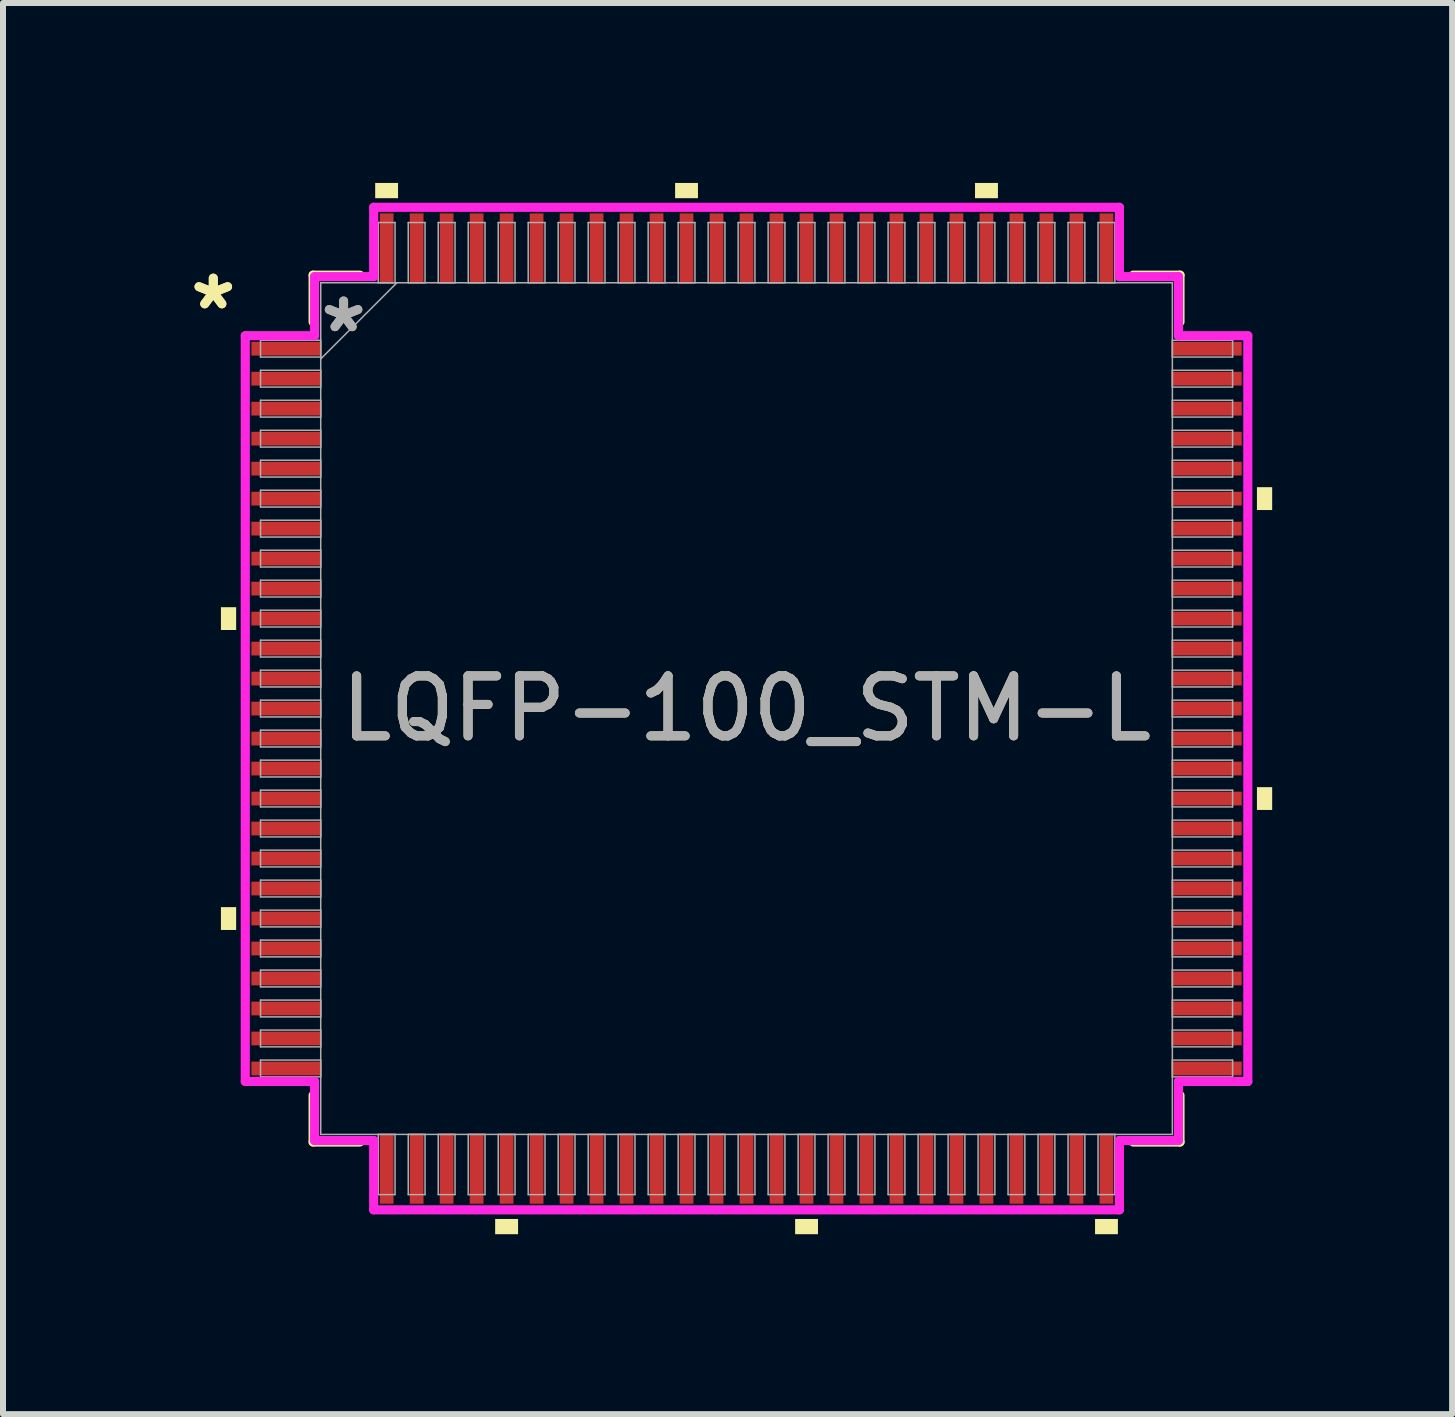
<source format=kicad_pcb>
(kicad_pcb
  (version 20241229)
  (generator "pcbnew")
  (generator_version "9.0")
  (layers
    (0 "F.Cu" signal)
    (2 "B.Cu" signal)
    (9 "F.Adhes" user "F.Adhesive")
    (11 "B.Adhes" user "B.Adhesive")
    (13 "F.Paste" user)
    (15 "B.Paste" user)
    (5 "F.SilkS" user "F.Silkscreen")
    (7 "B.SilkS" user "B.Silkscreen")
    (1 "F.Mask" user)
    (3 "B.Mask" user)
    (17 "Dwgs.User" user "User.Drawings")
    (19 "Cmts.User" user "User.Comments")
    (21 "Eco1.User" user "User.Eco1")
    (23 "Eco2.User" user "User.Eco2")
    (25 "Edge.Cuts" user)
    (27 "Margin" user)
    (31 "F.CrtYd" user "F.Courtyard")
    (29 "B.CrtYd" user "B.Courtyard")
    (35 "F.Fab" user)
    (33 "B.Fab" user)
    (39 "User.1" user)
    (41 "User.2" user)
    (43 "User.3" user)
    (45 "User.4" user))
  (footprint "LQFP-100_STM-L"
    (layer "F.Cu")
    (at 9.396 8.763)
    (property "Reference" "LQFP-100_STM-L" (at 0 0 0) (unlocked yes) (layer "F.SilkS") (effects (font (size 1 1) (thickness 0.15))))
    (attr smd)
    (fp_line (start -7.226 -7.226) (end -7.226 -6.447) (stroke (width 0.152) (type solid)) (layer "F.SilkS"))
    (fp_line (start -7.226 6.447) (end -7.226 7.226) (stroke (width 0.152) (type solid)) (layer "F.SilkS"))
    (fp_line (start -7.226 7.226) (end -6.447 7.226) (stroke (width 0.152) (type solid)) (layer "F.SilkS"))
    (fp_line (start -6.447 -7.226) (end -7.226 -7.226) (stroke (width 0.152) (type solid)) (layer "F.SilkS"))
    (fp_line (start 6.447 7.226) (end 7.226 7.226) (stroke (width 0.152) (type solid)) (layer "F.SilkS"))
    (fp_line (start 7.226 -7.226) (end 6.447 -7.226) (stroke (width 0.152) (type solid)) (layer "F.SilkS"))
    (fp_line (start 7.226 -6.447) (end 7.226 -7.226) (stroke (width 0.152) (type solid)) (layer "F.SilkS"))
    (fp_line (start 7.226 7.226) (end 7.226 6.447) (stroke (width 0.152) (type solid)) (layer "F.SilkS"))
    (fp_poly (pts (xy -8.763 -1.69) (xy -8.763 -1.31) (xy -8.509 -1.31) (xy -8.509 -1.69)) (stroke (width 0) (type solid)) (fill yes) (layer "F.SilkS"))
    (fp_poly (pts (xy -8.763 3.31) (xy -8.763 3.691) (xy -8.509 3.691) (xy -8.509 3.31)) (stroke (width 0) (type solid)) (fill yes) (layer "F.SilkS"))
    (fp_poly (pts (xy -6.191 -8.509) (xy -6.191 -8.763) (xy -5.81 -8.763) (xy -5.81 -8.509)) (stroke (width 0) (type solid)) (fill yes) (layer "F.SilkS"))
    (fp_poly (pts (xy -4.191 8.509) (xy -4.191 8.763) (xy -3.809 8.763) (xy -3.809 8.509)) (stroke (width 0) (type solid)) (fill yes) (layer "F.SilkS"))
    (fp_poly (pts (xy -1.191 -8.509) (xy -1.191 -8.763) (xy -0.81 -8.763) (xy -0.81 -8.509)) (stroke (width 0) (type solid)) (fill yes) (layer "F.SilkS"))
    (fp_poly (pts (xy 0.81 8.509) (xy 0.81 8.763) (xy 1.191 8.763) (xy 1.191 8.509)) (stroke (width 0) (type solid)) (fill yes) (layer "F.SilkS"))
    (fp_poly (pts (xy 3.809 -8.509) (xy 3.809 -8.763) (xy 4.191 -8.763) (xy 4.191 -8.509)) (stroke (width 0) (type solid)) (fill yes) (layer "F.SilkS"))
    (fp_poly (pts (xy 5.81 8.509) (xy 5.81 8.763) (xy 6.191 8.763) (xy 6.191 8.509)) (stroke (width 0) (type solid)) (fill yes) (layer "F.SilkS"))
    (fp_poly (pts (xy 8.763 -3.691) (xy 8.763 -3.31) (xy 8.509 -3.31) (xy 8.509 -3.691)) (stroke (width 0) (type solid)) (fill yes) (layer "F.SilkS"))
    (fp_poly (pts (xy 8.763 1.31) (xy 8.763 1.69) (xy 8.509 1.69) (xy 8.509 1.31)) (stroke (width 0) (type solid)) (fill yes) (layer "F.SilkS"))
    (fp_line (start -8.357 -6.216) (end -7.201 -6.216) (stroke (width 0.152) (type solid)) (layer "F.CrtYd"))
    (fp_line (start -8.357 6.216) (end -8.357 -6.216) (stroke (width 0.152) (type solid)) (layer "F.CrtYd"))
    (fp_line (start -7.201 -7.201) (end -6.216 -7.201) (stroke (width 0.152) (type solid)) (layer "F.CrtYd"))
    (fp_line (start -7.201 -6.216) (end -7.201 -7.201) (stroke (width 0.152) (type solid)) (layer "F.CrtYd"))
    (fp_line (start -7.201 6.216) (end -8.357 6.216) (stroke (width 0.152) (type solid)) (layer "F.CrtYd"))
    (fp_line (start -7.201 7.201) (end -7.201 6.216) (stroke (width 0.152) (type solid)) (layer "F.CrtYd"))
    (fp_line (start -7.201 7.201) (end -6.216 7.201) (stroke (width 0.152) (type solid)) (layer "F.CrtYd"))
    (fp_line (start -6.216 -8.357) (end 6.216 -8.357) (stroke (width 0.152) (type solid)) (layer "F.CrtYd"))
    (fp_line (start -6.216 -7.201) (end -6.216 -8.357) (stroke (width 0.152) (type solid)) (layer "F.CrtYd"))
    (fp_line (start -6.216 7.201) (end -6.216 8.357) (stroke (width 0.152) (type solid)) (layer "F.CrtYd"))
    (fp_line (start -6.216 8.357) (end 6.216 8.357) (stroke (width 0.152) (type solid)) (layer "F.CrtYd"))
    (fp_line (start 6.216 -8.357) (end 6.216 -7.201) (stroke (width 0.152) (type solid)) (layer "F.CrtYd"))
    (fp_line (start 6.216 -7.201) (end 7.201 -7.201) (stroke (width 0.152) (type solid)) (layer "F.CrtYd"))
    (fp_line (start 6.216 7.201) (end 7.201 7.201) (stroke (width 0.152) (type solid)) (layer "F.CrtYd"))
    (fp_line (start 6.216 8.357) (end 6.216 7.201) (stroke (width 0.152) (type solid)) (layer "F.CrtYd"))
    (fp_line (start 7.201 -6.216) (end 7.201 -7.201) (stroke (width 0.152) (type solid)) (layer "F.CrtYd"))
    (fp_line (start 7.201 6.216) (end 8.357 6.216) (stroke (width 0.152) (type solid)) (layer "F.CrtYd"))
    (fp_line (start 7.201 7.201) (end 7.201 6.216) (stroke (width 0.152) (type solid)) (layer "F.CrtYd"))
    (fp_line (start 8.357 -6.216) (end 7.201 -6.216) (stroke (width 0.152) (type solid)) (layer "F.CrtYd"))
    (fp_line (start 8.357 6.216) (end 8.357 -6.216) (stroke (width 0.152) (type solid)) (layer "F.CrtYd"))
    (fp_line (start -8.103 -6.14) (end -8.103 -5.86) (stroke (width 0.025) (type solid)) (layer "F.Fab"))
    (fp_line (start -8.103 -5.86) (end -7.099 -5.86) (stroke (width 0.025) (type solid)) (layer "F.Fab"))
    (fp_line (start -8.103 -5.64) (end -8.103 -5.36) (stroke (width 0.025) (type solid)) (layer "F.Fab"))
    (fp_line (start -8.103 -5.36) (end -7.099 -5.36) (stroke (width 0.025) (type solid)) (layer "F.Fab"))
    (fp_line (start -8.103 -5.14) (end -8.103 -4.86) (stroke (width 0.025) (type solid)) (layer "F.Fab"))
    (fp_line (start -8.103 -4.86) (end -7.099 -4.86) (stroke (width 0.025) (type solid)) (layer "F.Fab"))
    (fp_line (start -8.103 -4.64) (end -8.103 -4.36) (stroke (width 0.025) (type solid)) (layer "F.Fab"))
    (fp_line (start -8.103 -4.36) (end -7.099 -4.36) (stroke (width 0.025) (type solid)) (layer "F.Fab"))
    (fp_line (start -8.103 -4.14) (end -8.103 -3.86) (stroke (width 0.025) (type solid)) (layer "F.Fab"))
    (fp_line (start -8.103 -3.86) (end -7.099 -3.86) (stroke (width 0.025) (type solid)) (layer "F.Fab"))
    (fp_line (start -8.103 -3.64) (end -8.103 -3.36) (stroke (width 0.025) (type solid)) (layer "F.Fab"))
    (fp_line (start -8.103 -3.36) (end -7.099 -3.36) (stroke (width 0.025) (type solid)) (layer "F.Fab"))
    (fp_line (start -8.103 -3.14) (end -8.103 -2.86) (stroke (width 0.025) (type solid)) (layer "F.Fab"))
    (fp_line (start -8.103 -2.86) (end -7.099 -2.86) (stroke (width 0.025) (type solid)) (layer "F.Fab"))
    (fp_line (start -8.103 -2.64) (end -8.103 -2.36) (stroke (width 0.025) (type solid)) (layer "F.Fab"))
    (fp_line (start -8.103 -2.36) (end -7.099 -2.36) (stroke (width 0.025) (type solid)) (layer "F.Fab"))
    (fp_line (start -8.103 -2.14) (end -8.103 -1.86) (stroke (width 0.025) (type solid)) (layer "F.Fab"))
    (fp_line (start -8.103 -1.86) (end -7.099 -1.86) (stroke (width 0.025) (type solid)) (layer "F.Fab"))
    (fp_line (start -8.103 -1.64) (end -8.103 -1.36) (stroke (width 0.025) (type solid)) (layer "F.Fab"))
    (fp_line (start -8.103 -1.36) (end -7.099 -1.36) (stroke (width 0.025) (type solid)) (layer "F.Fab"))
    (fp_line (start -8.103 -1.14) (end -8.103 -0.86) (stroke (width 0.025) (type solid)) (layer "F.Fab"))
    (fp_line (start -8.103 -0.86) (end -7.099 -0.86) (stroke (width 0.025) (type solid)) (layer "F.Fab"))
    (fp_line (start -8.103 -0.64) (end -8.103 -0.36) (stroke (width 0.025) (type solid)) (layer "F.Fab"))
    (fp_line (start -8.103 -0.36) (end -7.099 -0.36) (stroke (width 0.025) (type solid)) (layer "F.Fab"))
    (fp_line (start -8.103 -0.14) (end -8.103 0.14) (stroke (width 0.025) (type solid)) (layer "F.Fab"))
    (fp_line (start -8.103 0.14) (end -7.099 0.14) (stroke (width 0.025) (type solid)) (layer "F.Fab"))
    (fp_line (start -8.103 0.36) (end -8.103 0.64) (stroke (width 0.025) (type solid)) (layer "F.Fab"))
    (fp_line (start -8.103 0.64) (end -7.099 0.64) (stroke (width 0.025) (type solid)) (layer "F.Fab"))
    (fp_line (start -8.103 0.86) (end -8.103 1.14) (stroke (width 0.025) (type solid)) (layer "F.Fab"))
    (fp_line (start -8.103 1.14) (end -7.099 1.14) (stroke (width 0.025) (type solid)) (layer "F.Fab"))
    (fp_line (start -8.103 1.36) (end -8.103 1.64) (stroke (width 0.025) (type solid)) (layer "F.Fab"))
    (fp_line (start -8.103 1.64) (end -7.099 1.64) (stroke (width 0.025) (type solid)) (layer "F.Fab"))
    (fp_line (start -8.103 1.86) (end -8.103 2.14) (stroke (width 0.025) (type solid)) (layer "F.Fab"))
    (fp_line (start -8.103 2.14) (end -7.099 2.14) (stroke (width 0.025) (type solid)) (layer "F.Fab"))
    (fp_line (start -8.103 2.36) (end -8.103 2.64) (stroke (width 0.025) (type solid)) (layer "F.Fab"))
    (fp_line (start -8.103 2.64) (end -7.099 2.64) (stroke (width 0.025) (type solid)) (layer "F.Fab"))
    (fp_line (start -8.103 2.86) (end -8.103 3.14) (stroke (width 0.025) (type solid)) (layer "F.Fab"))
    (fp_line (start -8.103 3.14) (end -7.099 3.14) (stroke (width 0.025) (type solid)) (layer "F.Fab"))
    (fp_line (start -8.103 3.36) (end -8.103 3.64) (stroke (width 0.025) (type solid)) (layer "F.Fab"))
    (fp_line (start -8.103 3.64) (end -7.099 3.64) (stroke (width 0.025) (type solid)) (layer "F.Fab"))
    (fp_line (start -8.103 3.86) (end -8.103 4.14) (stroke (width 0.025) (type solid)) (layer "F.Fab"))
    (fp_line (start -8.103 4.14) (end -7.099 4.14) (stroke (width 0.025) (type solid)) (layer "F.Fab"))
    (fp_line (start -8.103 4.36) (end -8.103 4.64) (stroke (width 0.025) (type solid)) (layer "F.Fab"))
    (fp_line (start -8.103 4.64) (end -7.099 4.64) (stroke (width 0.025) (type solid)) (layer "F.Fab"))
    (fp_line (start -8.103 4.86) (end -8.103 5.14) (stroke (width 0.025) (type solid)) (layer "F.Fab"))
    (fp_line (start -8.103 5.14) (end -7.099 5.14) (stroke (width 0.025) (type solid)) (layer "F.Fab"))
    (fp_line (start -8.103 5.36) (end -8.103 5.64) (stroke (width 0.025) (type solid)) (layer "F.Fab"))
    (fp_line (start -8.103 5.64) (end -7.099 5.64) (stroke (width 0.025) (type solid)) (layer "F.Fab"))
    (fp_line (start -8.103 5.86) (end -8.103 6.14) (stroke (width 0.025) (type solid)) (layer "F.Fab"))
    (fp_line (start -8.103 6.14) (end -7.099 6.14) (stroke (width 0.025) (type solid)) (layer "F.Fab"))
    (fp_line (start -7.099 -7.099) (end -7.099 7.099) (stroke (width 0.025) (type solid)) (layer "F.Fab"))
    (fp_line (start -7.099 -6.14) (end -8.103 -6.14) (stroke (width 0.025) (type solid)) (layer "F.Fab"))
    (fp_line (start -7.099 -5.86) (end -7.099 -6.14) (stroke (width 0.025) (type solid)) (layer "F.Fab"))
    (fp_line (start -7.099 -5.829) (end -5.829 -7.099) (stroke (width 0.025) (type solid)) (layer "F.Fab"))
    (fp_line (start -7.099 -5.64) (end -8.103 -5.64) (stroke (width 0.025) (type solid)) (layer "F.Fab"))
    (fp_line (start -7.099 -5.36) (end -7.099 -5.64) (stroke (width 0.025) (type solid)) (layer "F.Fab"))
    (fp_line (start -7.099 -5.14) (end -8.103 -5.14) (stroke (width 0.025) (type solid)) (layer "F.Fab"))
    (fp_line (start -7.099 -4.86) (end -7.099 -5.14) (stroke (width 0.025) (type solid)) (layer "F.Fab"))
    (fp_line (start -7.099 -4.64) (end -8.103 -4.64) (stroke (width 0.025) (type solid)) (layer "F.Fab"))
    (fp_line (start -7.099 -4.36) (end -7.099 -4.64) (stroke (width 0.025) (type solid)) (layer "F.Fab"))
    (fp_line (start -7.099 -4.14) (end -8.103 -4.14) (stroke (width 0.025) (type solid)) (layer "F.Fab"))
    (fp_line (start -7.099 -3.86) (end -7.099 -4.14) (stroke (width 0.025) (type solid)) (layer "F.Fab"))
    (fp_line (start -7.099 -3.64) (end -8.103 -3.64) (stroke (width 0.025) (type solid)) (layer "F.Fab"))
    (fp_line (start -7.099 -3.36) (end -7.099 -3.64) (stroke (width 0.025) (type solid)) (layer "F.Fab"))
    (fp_line (start -7.099 -3.14) (end -8.103 -3.14) (stroke (width 0.025) (type solid)) (layer "F.Fab"))
    (fp_line (start -7.099 -2.86) (end -7.099 -3.14) (stroke (width 0.025) (type solid)) (layer "F.Fab"))
    (fp_line (start -7.099 -2.64) (end -8.103 -2.64) (stroke (width 0.025) (type solid)) (layer "F.Fab"))
    (fp_line (start -7.099 -2.36) (end -7.099 -2.64) (stroke (width 0.025) (type solid)) (layer "F.Fab"))
    (fp_line (start -7.099 -2.14) (end -8.103 -2.14) (stroke (width 0.025) (type solid)) (layer "F.Fab"))
    (fp_line (start -7.099 -1.86) (end -7.099 -2.14) (stroke (width 0.025) (type solid)) (layer "F.Fab"))
    (fp_line (start -7.099 -1.64) (end -8.103 -1.64) (stroke (width 0.025) (type solid)) (layer "F.Fab"))
    (fp_line (start -7.099 -1.36) (end -7.099 -1.64) (stroke (width 0.025) (type solid)) (layer "F.Fab"))
    (fp_line (start -7.099 -1.14) (end -8.103 -1.14) (stroke (width 0.025) (type solid)) (layer "F.Fab"))
    (fp_line (start -7.099 -0.86) (end -7.099 -1.14) (stroke (width 0.025) (type solid)) (layer "F.Fab"))
    (fp_line (start -7.099 -0.64) (end -8.103 -0.64) (stroke (width 0.025) (type solid)) (layer "F.Fab"))
    (fp_line (start -7.099 -0.36) (end -7.099 -0.64) (stroke (width 0.025) (type solid)) (layer "F.Fab"))
    (fp_line (start -7.099 -0.14) (end -8.103 -0.14) (stroke (width 0.025) (type solid)) (layer "F.Fab"))
    (fp_line (start -7.099 0.14) (end -7.099 -0.14) (stroke (width 0.025) (type solid)) (layer "F.Fab"))
    (fp_line (start -7.099 0.36) (end -8.103 0.36) (stroke (width 0.025) (type solid)) (layer "F.Fab"))
    (fp_line (start -7.099 0.64) (end -7.099 0.36) (stroke (width 0.025) (type solid)) (layer "F.Fab"))
    (fp_line (start -7.099 0.86) (end -8.103 0.86) (stroke (width 0.025) (type solid)) (layer "F.Fab"))
    (fp_line (start -7.099 1.14) (end -7.099 0.86) (stroke (width 0.025) (type solid)) (layer "F.Fab"))
    (fp_line (start -7.099 1.36) (end -8.103 1.36) (stroke (width 0.025) (type solid)) (layer "F.Fab"))
    (fp_line (start -7.099 1.64) (end -7.099 1.36) (stroke (width 0.025) (type solid)) (layer "F.Fab"))
    (fp_line (start -7.099 1.86) (end -8.103 1.86) (stroke (width 0.025) (type solid)) (layer "F.Fab"))
    (fp_line (start -7.099 2.14) (end -7.099 1.86) (stroke (width 0.025) (type solid)) (layer "F.Fab"))
    (fp_line (start -7.099 2.36) (end -8.103 2.36) (stroke (width 0.025) (type solid)) (layer "F.Fab"))
    (fp_line (start -7.099 2.64) (end -7.099 2.36) (stroke (width 0.025) (type solid)) (layer "F.Fab"))
    (fp_line (start -7.099 2.86) (end -8.103 2.86) (stroke (width 0.025) (type solid)) (layer "F.Fab"))
    (fp_line (start -7.099 3.14) (end -7.099 2.86) (stroke (width 0.025) (type solid)) (layer "F.Fab"))
    (fp_line (start -7.099 3.36) (end -8.103 3.36) (stroke (width 0.025) (type solid)) (layer "F.Fab"))
    (fp_line (start -7.099 3.64) (end -7.099 3.36) (stroke (width 0.025) (type solid)) (layer "F.Fab"))
    (fp_line (start -7.099 3.86) (end -8.103 3.86) (stroke (width 0.025) (type solid)) (layer "F.Fab"))
    (fp_line (start -7.099 4.14) (end -7.099 3.86) (stroke (width 0.025) (type solid)) (layer "F.Fab"))
    (fp_line (start -7.099 4.36) (end -8.103 4.36) (stroke (width 0.025) (type solid)) (layer "F.Fab"))
    (fp_line (start -7.099 4.64) (end -7.099 4.36) (stroke (width 0.025) (type solid)) (layer "F.Fab"))
    (fp_line (start -7.099 4.86) (end -8.103 4.86) (stroke (width 0.025) (type solid)) (layer "F.Fab"))
    (fp_line (start -7.099 5.14) (end -7.099 4.86) (stroke (width 0.025) (type solid)) (layer "F.Fab"))
    (fp_line (start -7.099 5.36) (end -8.103 5.36) (stroke (width 0.025) (type solid)) (layer "F.Fab"))
    (fp_line (start -7.099 5.64) (end -7.099 5.36) (stroke (width 0.025) (type solid)) (layer "F.Fab"))
    (fp_line (start -7.099 5.86) (end -8.103 5.86) (stroke (width 0.025) (type solid)) (layer "F.Fab"))
    (fp_line (start -7.099 6.14) (end -7.099 5.86) (stroke (width 0.025) (type solid)) (layer "F.Fab"))
    (fp_line (start -7.099 7.099) (end 7.099 7.099) (stroke (width 0.025) (type solid)) (layer "F.Fab"))
    (fp_line (start -6.14 -8.103) (end -6.14 -7.099) (stroke (width 0.025) (type solid)) (layer "F.Fab"))
    (fp_line (start -6.14 -7.099) (end -5.86 -7.099) (stroke (width 0.025) (type solid)) (layer "F.Fab"))
    (fp_line (start -6.14 7.099) (end -6.14 8.103) (stroke (width 0.025) (type solid)) (layer "F.Fab"))
    (fp_line (start -6.14 8.103) (end -5.86 8.103) (stroke (width 0.025) (type solid)) (layer "F.Fab"))
    (fp_line (start -5.86 -8.103) (end -6.14 -8.103) (stroke (width 0.025) (type solid)) (layer "F.Fab"))
    (fp_line (start -5.86 -7.099) (end -5.86 -8.103) (stroke (width 0.025) (type solid)) (layer "F.Fab"))
    (fp_line (start -5.86 7.099) (end -6.14 7.099) (stroke (width 0.025) (type solid)) (layer "F.Fab"))
    (fp_line (start -5.86 8.103) (end -5.86 7.099) (stroke (width 0.025) (type solid)) (layer "F.Fab"))
    (fp_line (start -5.64 -8.103) (end -5.64 -7.099) (stroke (width 0.025) (type solid)) (layer "F.Fab"))
    (fp_line (start -5.64 -7.099) (end -5.36 -7.099) (stroke (width 0.025) (type solid)) (layer "F.Fab"))
    (fp_line (start -5.64 7.099) (end -5.64 8.103) (stroke (width 0.025) (type solid)) (layer "F.Fab"))
    (fp_line (start -5.64 8.103) (end -5.36 8.103) (stroke (width 0.025) (type solid)) (layer "F.Fab"))
    (fp_line (start -5.36 -8.103) (end -5.64 -8.103) (stroke (width 0.025) (type solid)) (layer "F.Fab"))
    (fp_line (start -5.36 -7.099) (end -5.36 -8.103) (stroke (width 0.025) (type solid)) (layer "F.Fab"))
    (fp_line (start -5.36 7.099) (end -5.64 7.099) (stroke (width 0.025) (type solid)) (layer "F.Fab"))
    (fp_line (start -5.36 8.103) (end -5.36 7.099) (stroke (width 0.025) (type solid)) (layer "F.Fab"))
    (fp_line (start -5.14 -8.103) (end -5.14 -7.099) (stroke (width 0.025) (type solid)) (layer "F.Fab"))
    (fp_line (start -5.14 -7.099) (end -4.86 -7.099) (stroke (width 0.025) (type solid)) (layer "F.Fab"))
    (fp_line (start -5.14 7.099) (end -5.14 8.103) (stroke (width 0.025) (type solid)) (layer "F.Fab"))
    (fp_line (start -5.14 8.103) (end -4.86 8.103) (stroke (width 0.025) (type solid)) (layer "F.Fab"))
    (fp_line (start -4.86 -8.103) (end -5.14 -8.103) (stroke (width 0.025) (type solid)) (layer "F.Fab"))
    (fp_line (start -4.86 -7.099) (end -4.86 -8.103) (stroke (width 0.025) (type solid)) (layer "F.Fab"))
    (fp_line (start -4.86 7.099) (end -5.14 7.099) (stroke (width 0.025) (type solid)) (layer "F.Fab"))
    (fp_line (start -4.86 8.103) (end -4.86 7.099) (stroke (width 0.025) (type solid)) (layer "F.Fab"))
    (fp_line (start -4.64 -8.103) (end -4.64 -7.099) (stroke (width 0.025) (type solid)) (layer "F.Fab"))
    (fp_line (start -4.64 -7.099) (end -4.36 -7.099) (stroke (width 0.025) (type solid)) (layer "F.Fab"))
    (fp_line (start -4.64 7.099) (end -4.64 8.103) (stroke (width 0.025) (type solid)) (layer "F.Fab"))
    (fp_line (start -4.64 8.103) (end -4.36 8.103) (stroke (width 0.025) (type solid)) (layer "F.Fab"))
    (fp_line (start -4.36 -8.103) (end -4.64 -8.103) (stroke (width 0.025) (type solid)) (layer "F.Fab"))
    (fp_line (start -4.36 -7.099) (end -4.36 -8.103) (stroke (width 0.025) (type solid)) (layer "F.Fab"))
    (fp_line (start -4.36 7.099) (end -4.64 7.099) (stroke (width 0.025) (type solid)) (layer "F.Fab"))
    (fp_line (start -4.36 8.103) (end -4.36 7.099) (stroke (width 0.025) (type solid)) (layer "F.Fab"))
    (fp_line (start -4.14 -8.103) (end -4.14 -7.099) (stroke (width 0.025) (type solid)) (layer "F.Fab"))
    (fp_line (start -4.14 -7.099) (end -3.86 -7.099) (stroke (width 0.025) (type solid)) (layer "F.Fab"))
    (fp_line (start -4.14 7.099) (end -4.14 8.103) (stroke (width 0.025) (type solid)) (layer "F.Fab"))
    (fp_line (start -4.14 8.103) (end -3.86 8.103) (stroke (width 0.025) (type solid)) (layer "F.Fab"))
    (fp_line (start -3.86 -8.103) (end -4.14 -8.103) (stroke (width 0.025) (type solid)) (layer "F.Fab"))
    (fp_line (start -3.86 -7.099) (end -3.86 -8.103) (stroke (width 0.025) (type solid)) (layer "F.Fab"))
    (fp_line (start -3.86 7.099) (end -4.14 7.099) (stroke (width 0.025) (type solid)) (layer "F.Fab"))
    (fp_line (start -3.86 8.103) (end -3.86 7.099) (stroke (width 0.025) (type solid)) (layer "F.Fab"))
    (fp_line (start -3.64 -8.103) (end -3.64 -7.099) (stroke (width 0.025) (type solid)) (layer "F.Fab"))
    (fp_line (start -3.64 -7.099) (end -3.36 -7.099) (stroke (width 0.025) (type solid)) (layer "F.Fab"))
    (fp_line (start -3.64 7.099) (end -3.64 8.103) (stroke (width 0.025) (type solid)) (layer "F.Fab"))
    (fp_line (start -3.64 8.103) (end -3.36 8.103) (stroke (width 0.025) (type solid)) (layer "F.Fab"))
    (fp_line (start -3.36 -8.103) (end -3.64 -8.103) (stroke (width 0.025) (type solid)) (layer "F.Fab"))
    (fp_line (start -3.36 -7.099) (end -3.36 -8.103) (stroke (width 0.025) (type solid)) (layer "F.Fab"))
    (fp_line (start -3.36 7.099) (end -3.64 7.099) (stroke (width 0.025) (type solid)) (layer "F.Fab"))
    (fp_line (start -3.36 8.103) (end -3.36 7.099) (stroke (width 0.025) (type solid)) (layer "F.Fab"))
    (fp_line (start -3.14 -8.103) (end -3.14 -7.099) (stroke (width 0.025) (type solid)) (layer "F.Fab"))
    (fp_line (start -3.14 -7.099) (end -2.86 -7.099) (stroke (width 0.025) (type solid)) (layer "F.Fab"))
    (fp_line (start -3.14 7.099) (end -3.14 8.103) (stroke (width 0.025) (type solid)) (layer "F.Fab"))
    (fp_line (start -3.14 8.103) (end -2.86 8.103) (stroke (width 0.025) (type solid)) (layer "F.Fab"))
    (fp_line (start -2.86 -8.103) (end -3.14 -8.103) (stroke (width 0.025) (type solid)) (layer "F.Fab"))
    (fp_line (start -2.86 -7.099) (end -2.86 -8.103) (stroke (width 0.025) (type solid)) (layer "F.Fab"))
    (fp_line (start -2.86 7.099) (end -3.14 7.099) (stroke (width 0.025) (type solid)) (layer "F.Fab"))
    (fp_line (start -2.86 8.103) (end -2.86 7.099) (stroke (width 0.025) (type solid)) (layer "F.Fab"))
    (fp_line (start -2.64 -8.103) (end -2.64 -7.099) (stroke (width 0.025) (type solid)) (layer "F.Fab"))
    (fp_line (start -2.64 -7.099) (end -2.36 -7.099) (stroke (width 0.025) (type solid)) (layer "F.Fab"))
    (fp_line (start -2.64 7.099) (end -2.64 8.103) (stroke (width 0.025) (type solid)) (layer "F.Fab"))
    (fp_line (start -2.64 8.103) (end -2.36 8.103) (stroke (width 0.025) (type solid)) (layer "F.Fab"))
    (fp_line (start -2.36 -8.103) (end -2.64 -8.103) (stroke (width 0.025) (type solid)) (layer "F.Fab"))
    (fp_line (start -2.36 -7.099) (end -2.36 -8.103) (stroke (width 0.025) (type solid)) (layer "F.Fab"))
    (fp_line (start -2.36 7.099) (end -2.64 7.099) (stroke (width 0.025) (type solid)) (layer "F.Fab"))
    (fp_line (start -2.36 8.103) (end -2.36 7.099) (stroke (width 0.025) (type solid)) (layer "F.Fab"))
    (fp_line (start -2.14 -8.103) (end -2.14 -7.099) (stroke (width 0.025) (type solid)) (layer "F.Fab"))
    (fp_line (start -2.14 -7.099) (end -1.86 -7.099) (stroke (width 0.025) (type solid)) (layer "F.Fab"))
    (fp_line (start -2.14 7.099) (end -2.14 8.103) (stroke (width 0.025) (type solid)) (layer "F.Fab"))
    (fp_line (start -2.14 8.103) (end -1.86 8.103) (stroke (width 0.025) (type solid)) (layer "F.Fab"))
    (fp_line (start -1.86 -8.103) (end -2.14 -8.103) (stroke (width 0.025) (type solid)) (layer "F.Fab"))
    (fp_line (start -1.86 -7.099) (end -1.86 -8.103) (stroke (width 0.025) (type solid)) (layer "F.Fab"))
    (fp_line (start -1.86 7.099) (end -2.14 7.099) (stroke (width 0.025) (type solid)) (layer "F.Fab"))
    (fp_line (start -1.86 8.103) (end -1.86 7.099) (stroke (width 0.025) (type solid)) (layer "F.Fab"))
    (fp_line (start -1.64 -8.103) (end -1.64 -7.099) (stroke (width 0.025) (type solid)) (layer "F.Fab"))
    (fp_line (start -1.64 -7.099) (end -1.36 -7.099) (stroke (width 0.025) (type solid)) (layer "F.Fab"))
    (fp_line (start -1.64 7.099) (end -1.64 8.103) (stroke (width 0.025) (type solid)) (layer "F.Fab"))
    (fp_line (start -1.64 8.103) (end -1.36 8.103) (stroke (width 0.025) (type solid)) (layer "F.Fab"))
    (fp_line (start -1.36 -8.103) (end -1.64 -8.103) (stroke (width 0.025) (type solid)) (layer "F.Fab"))
    (fp_line (start -1.36 -7.099) (end -1.36 -8.103) (stroke (width 0.025) (type solid)) (layer "F.Fab"))
    (fp_line (start -1.36 7.099) (end -1.64 7.099) (stroke (width 0.025) (type solid)) (layer "F.Fab"))
    (fp_line (start -1.36 8.103) (end -1.36 7.099) (stroke (width 0.025) (type solid)) (layer "F.Fab"))
    (fp_line (start -1.14 -8.103) (end -1.14 -7.099) (stroke (width 0.025) (type solid)) (layer "F.Fab"))
    (fp_line (start -1.14 -7.099) (end -0.86 -7.099) (stroke (width 0.025) (type solid)) (layer "F.Fab"))
    (fp_line (start -1.14 7.099) (end -1.14 8.103) (stroke (width 0.025) (type solid)) (layer "F.Fab"))
    (fp_line (start -1.14 8.103) (end -0.86 8.103) (stroke (width 0.025) (type solid)) (layer "F.Fab"))
    (fp_line (start -0.86 -8.103) (end -1.14 -8.103) (stroke (width 0.025) (type solid)) (layer "F.Fab"))
    (fp_line (start -0.86 -7.099) (end -0.86 -8.103) (stroke (width 0.025) (type solid)) (layer "F.Fab"))
    (fp_line (start -0.86 7.099) (end -1.14 7.099) (stroke (width 0.025) (type solid)) (layer "F.Fab"))
    (fp_line (start -0.86 8.103) (end -0.86 7.099) (stroke (width 0.025) (type solid)) (layer "F.Fab"))
    (fp_line (start -0.64 -8.103) (end -0.64 -7.099) (stroke (width 0.025) (type solid)) (layer "F.Fab"))
    (fp_line (start -0.64 -7.099) (end -0.36 -7.099) (stroke (width 0.025) (type solid)) (layer "F.Fab"))
    (fp_line (start -0.64 7.099) (end -0.64 8.103) (stroke (width 0.025) (type solid)) (layer "F.Fab"))
    (fp_line (start -0.64 8.103) (end -0.36 8.103) (stroke (width 0.025) (type solid)) (layer "F.Fab"))
    (fp_line (start -0.36 -8.103) (end -0.64 -8.103) (stroke (width 0.025) (type solid)) (layer "F.Fab"))
    (fp_line (start -0.36 -7.099) (end -0.36 -8.103) (stroke (width 0.025) (type solid)) (layer "F.Fab"))
    (fp_line (start -0.36 7.099) (end -0.64 7.099) (stroke (width 0.025) (type solid)) (layer "F.Fab"))
    (fp_line (start -0.36 8.103) (end -0.36 7.099) (stroke (width 0.025) (type solid)) (layer "F.Fab"))
    (fp_line (start -0.14 -8.103) (end -0.14 -7.099) (stroke (width 0.025) (type solid)) (layer "F.Fab"))
    (fp_line (start -0.14 -7.099) (end 0.14 -7.099) (stroke (width 0.025) (type solid)) (layer "F.Fab"))
    (fp_line (start -0.14 7.099) (end -0.14 8.103) (stroke (width 0.025) (type solid)) (layer "F.Fab"))
    (fp_line (start -0.14 8.103) (end 0.14 8.103) (stroke (width 0.025) (type solid)) (layer "F.Fab"))
    (fp_line (start 0.14 -8.103) (end -0.14 -8.103) (stroke (width 0.025) (type solid)) (layer "F.Fab"))
    (fp_line (start 0.14 -7.099) (end 0.14 -8.103) (stroke (width 0.025) (type solid)) (layer "F.Fab"))
    (fp_line (start 0.14 7.099) (end -0.14 7.099) (stroke (width 0.025) (type solid)) (layer "F.Fab"))
    (fp_line (start 0.14 8.103) (end 0.14 7.099) (stroke (width 0.025) (type solid)) (layer "F.Fab"))
    (fp_line (start 0.36 -8.103) (end 0.36 -7.099) (stroke (width 0.025) (type solid)) (layer "F.Fab"))
    (fp_line (start 0.36 -7.099) (end 0.64 -7.099) (stroke (width 0.025) (type solid)) (layer "F.Fab"))
    (fp_line (start 0.36 7.099) (end 0.36 8.103) (stroke (width 0.025) (type solid)) (layer "F.Fab"))
    (fp_line (start 0.36 8.103) (end 0.64 8.103) (stroke (width 0.025) (type solid)) (layer "F.Fab"))
    (fp_line (start 0.64 -8.103) (end 0.36 -8.103) (stroke (width 0.025) (type solid)) (layer "F.Fab"))
    (fp_line (start 0.64 -7.099) (end 0.64 -8.103) (stroke (width 0.025) (type solid)) (layer "F.Fab"))
    (fp_line (start 0.64 7.099) (end 0.36 7.099) (stroke (width 0.025) (type solid)) (layer "F.Fab"))
    (fp_line (start 0.64 8.103) (end 0.64 7.099) (stroke (width 0.025) (type solid)) (layer "F.Fab"))
    (fp_line (start 0.86 -8.103) (end 0.86 -7.099) (stroke (width 0.025) (type solid)) (layer "F.Fab"))
    (fp_line (start 0.86 -7.099) (end 1.14 -7.099) (stroke (width 0.025) (type solid)) (layer "F.Fab"))
    (fp_line (start 0.86 7.099) (end 0.86 8.103) (stroke (width 0.025) (type solid)) (layer "F.Fab"))
    (fp_line (start 0.86 8.103) (end 1.14 8.103) (stroke (width 0.025) (type solid)) (layer "F.Fab"))
    (fp_line (start 1.14 -8.103) (end 0.86 -8.103) (stroke (width 0.025) (type solid)) (layer "F.Fab"))
    (fp_line (start 1.14 -7.099) (end 1.14 -8.103) (stroke (width 0.025) (type solid)) (layer "F.Fab"))
    (fp_line (start 1.14 7.099) (end 0.86 7.099) (stroke (width 0.025) (type solid)) (layer "F.Fab"))
    (fp_line (start 1.14 8.103) (end 1.14 7.099) (stroke (width 0.025) (type solid)) (layer "F.Fab"))
    (fp_line (start 1.36 -8.103) (end 1.36 -7.099) (stroke (width 0.025) (type solid)) (layer "F.Fab"))
    (fp_line (start 1.36 -7.099) (end 1.64 -7.099) (stroke (width 0.025) (type solid)) (layer "F.Fab"))
    (fp_line (start 1.36 7.099) (end 1.36 8.103) (stroke (width 0.025) (type solid)) (layer "F.Fab"))
    (fp_line (start 1.36 8.103) (end 1.64 8.103) (stroke (width 0.025) (type solid)) (layer "F.Fab"))
    (fp_line (start 1.64 -8.103) (end 1.36 -8.103) (stroke (width 0.025) (type solid)) (layer "F.Fab"))
    (fp_line (start 1.64 -7.099) (end 1.64 -8.103) (stroke (width 0.025) (type solid)) (layer "F.Fab"))
    (fp_line (start 1.64 7.099) (end 1.36 7.099) (stroke (width 0.025) (type solid)) (layer "F.Fab"))
    (fp_line (start 1.64 8.103) (end 1.64 7.099) (stroke (width 0.025) (type solid)) (layer "F.Fab"))
    (fp_line (start 1.86 -8.103) (end 1.86 -7.099) (stroke (width 0.025) (type solid)) (layer "F.Fab"))
    (fp_line (start 1.86 -7.099) (end 2.14 -7.099) (stroke (width 0.025) (type solid)) (layer "F.Fab"))
    (fp_line (start 1.86 7.099) (end 1.86 8.103) (stroke (width 0.025) (type solid)) (layer "F.Fab"))
    (fp_line (start 1.86 8.103) (end 2.14 8.103) (stroke (width 0.025) (type solid)) (layer "F.Fab"))
    (fp_line (start 2.14 -8.103) (end 1.86 -8.103) (stroke (width 0.025) (type solid)) (layer "F.Fab"))
    (fp_line (start 2.14 -7.099) (end 2.14 -8.103) (stroke (width 0.025) (type solid)) (layer "F.Fab"))
    (fp_line (start 2.14 7.099) (end 1.86 7.099) (stroke (width 0.025) (type solid)) (layer "F.Fab"))
    (fp_line (start 2.14 8.103) (end 2.14 7.099) (stroke (width 0.025) (type solid)) (layer "F.Fab"))
    (fp_line (start 2.36 -8.103) (end 2.36 -7.099) (stroke (width 0.025) (type solid)) (layer "F.Fab"))
    (fp_line (start 2.36 -7.099) (end 2.64 -7.099) (stroke (width 0.025) (type solid)) (layer "F.Fab"))
    (fp_line (start 2.36 7.099) (end 2.36 8.103) (stroke (width 0.025) (type solid)) (layer "F.Fab"))
    (fp_line (start 2.36 8.103) (end 2.64 8.103) (stroke (width 0.025) (type solid)) (layer "F.Fab"))
    (fp_line (start 2.64 -8.103) (end 2.36 -8.103) (stroke (width 0.025) (type solid)) (layer "F.Fab"))
    (fp_line (start 2.64 -7.099) (end 2.64 -8.103) (stroke (width 0.025) (type solid)) (layer "F.Fab"))
    (fp_line (start 2.64 7.099) (end 2.36 7.099) (stroke (width 0.025) (type solid)) (layer "F.Fab"))
    (fp_line (start 2.64 8.103) (end 2.64 7.099) (stroke (width 0.025) (type solid)) (layer "F.Fab"))
    (fp_line (start 2.86 -8.103) (end 2.86 -7.099) (stroke (width 0.025) (type solid)) (layer "F.Fab"))
    (fp_line (start 2.86 -7.099) (end 3.14 -7.099) (stroke (width 0.025) (type solid)) (layer "F.Fab"))
    (fp_line (start 2.86 7.099) (end 2.86 8.103) (stroke (width 0.025) (type solid)) (layer "F.Fab"))
    (fp_line (start 2.86 8.103) (end 3.14 8.103) (stroke (width 0.025) (type solid)) (layer "F.Fab"))
    (fp_line (start 3.14 -8.103) (end 2.86 -8.103) (stroke (width 0.025) (type solid)) (layer "F.Fab"))
    (fp_line (start 3.14 -7.099) (end 3.14 -8.103) (stroke (width 0.025) (type solid)) (layer "F.Fab"))
    (fp_line (start 3.14 7.099) (end 2.86 7.099) (stroke (width 0.025) (type solid)) (layer "F.Fab"))
    (fp_line (start 3.14 8.103) (end 3.14 7.099) (stroke (width 0.025) (type solid)) (layer "F.Fab"))
    (fp_line (start 3.36 -8.103) (end 3.36 -7.099) (stroke (width 0.025) (type solid)) (layer "F.Fab"))
    (fp_line (start 3.36 -7.099) (end 3.64 -7.099) (stroke (width 0.025) (type solid)) (layer "F.Fab"))
    (fp_line (start 3.36 7.099) (end 3.36 8.103) (stroke (width 0.025) (type solid)) (layer "F.Fab"))
    (fp_line (start 3.36 8.103) (end 3.64 8.103) (stroke (width 0.025) (type solid)) (layer "F.Fab"))
    (fp_line (start 3.64 -8.103) (end 3.36 -8.103) (stroke (width 0.025) (type solid)) (layer "F.Fab"))
    (fp_line (start 3.64 -7.099) (end 3.64 -8.103) (stroke (width 0.025) (type solid)) (layer "F.Fab"))
    (fp_line (start 3.64 7.099) (end 3.36 7.099) (stroke (width 0.025) (type solid)) (layer "F.Fab"))
    (fp_line (start 3.64 8.103) (end 3.64 7.099) (stroke (width 0.025) (type solid)) (layer "F.Fab"))
    (fp_line (start 3.86 -8.103) (end 3.86 -7.099) (stroke (width 0.025) (type solid)) (layer "F.Fab"))
    (fp_line (start 3.86 -7.099) (end 4.14 -7.099) (stroke (width 0.025) (type solid)) (layer "F.Fab"))
    (fp_line (start 3.86 7.099) (end 3.86 8.103) (stroke (width 0.025) (type solid)) (layer "F.Fab"))
    (fp_line (start 3.86 8.103) (end 4.14 8.103) (stroke (width 0.025) (type solid)) (layer "F.Fab"))
    (fp_line (start 4.14 -8.103) (end 3.86 -8.103) (stroke (width 0.025) (type solid)) (layer "F.Fab"))
    (fp_line (start 4.14 -7.099) (end 4.14 -8.103) (stroke (width 0.025) (type solid)) (layer "F.Fab"))
    (fp_line (start 4.14 7.099) (end 3.86 7.099) (stroke (width 0.025) (type solid)) (layer "F.Fab"))
    (fp_line (start 4.14 8.103) (end 4.14 7.099) (stroke (width 0.025) (type solid)) (layer "F.Fab"))
    (fp_line (start 4.36 -8.103) (end 4.36 -7.099) (stroke (width 0.025) (type solid)) (layer "F.Fab"))
    (fp_line (start 4.36 -7.099) (end 4.64 -7.099) (stroke (width 0.025) (type solid)) (layer "F.Fab"))
    (fp_line (start 4.36 7.099) (end 4.36 8.103) (stroke (width 0.025) (type solid)) (layer "F.Fab"))
    (fp_line (start 4.36 8.103) (end 4.64 8.103) (stroke (width 0.025) (type solid)) (layer "F.Fab"))
    (fp_line (start 4.64 -8.103) (end 4.36 -8.103) (stroke (width 0.025) (type solid)) (layer "F.Fab"))
    (fp_line (start 4.64 -7.099) (end 4.64 -8.103) (stroke (width 0.025) (type solid)) (layer "F.Fab"))
    (fp_line (start 4.64 7.099) (end 4.36 7.099) (stroke (width 0.025) (type solid)) (layer "F.Fab"))
    (fp_line (start 4.64 8.103) (end 4.64 7.099) (stroke (width 0.025) (type solid)) (layer "F.Fab"))
    (fp_line (start 4.86 -8.103) (end 4.86 -7.099) (stroke (width 0.025) (type solid)) (layer "F.Fab"))
    (fp_line (start 4.86 -7.099) (end 5.14 -7.099) (stroke (width 0.025) (type solid)) (layer "F.Fab"))
    (fp_line (start 4.86 7.099) (end 4.86 8.103) (stroke (width 0.025) (type solid)) (layer "F.Fab"))
    (fp_line (start 4.86 8.103) (end 5.14 8.103) (stroke (width 0.025) (type solid)) (layer "F.Fab"))
    (fp_line (start 5.14 -8.103) (end 4.86 -8.103) (stroke (width 0.025) (type solid)) (layer "F.Fab"))
    (fp_line (start 5.14 -7.099) (end 5.14 -8.103) (stroke (width 0.025) (type solid)) (layer "F.Fab"))
    (fp_line (start 5.14 7.099) (end 4.86 7.099) (stroke (width 0.025) (type solid)) (layer "F.Fab"))
    (fp_line (start 5.14 8.103) (end 5.14 7.099) (stroke (width 0.025) (type solid)) (layer "F.Fab"))
    (fp_line (start 5.36 -8.103) (end 5.36 -7.099) (stroke (width 0.025) (type solid)) (layer "F.Fab"))
    (fp_line (start 5.36 -7.099) (end 5.64 -7.099) (stroke (width 0.025) (type solid)) (layer "F.Fab"))
    (fp_line (start 5.36 7.099) (end 5.36 8.103) (stroke (width 0.025) (type solid)) (layer "F.Fab"))
    (fp_line (start 5.36 8.103) (end 5.64 8.103) (stroke (width 0.025) (type solid)) (layer "F.Fab"))
    (fp_line (start 5.64 -8.103) (end 5.36 -8.103) (stroke (width 0.025) (type solid)) (layer "F.Fab"))
    (fp_line (start 5.64 -7.099) (end 5.64 -8.103) (stroke (width 0.025) (type solid)) (layer "F.Fab"))
    (fp_line (start 5.64 7.099) (end 5.36 7.099) (stroke (width 0.025) (type solid)) (layer "F.Fab"))
    (fp_line (start 5.64 8.103) (end 5.64 7.099) (stroke (width 0.025) (type solid)) (layer "F.Fab"))
    (fp_line (start 5.86 -8.103) (end 5.86 -7.099) (stroke (width 0.025) (type solid)) (layer "F.Fab"))
    (fp_line (start 5.86 -7.099) (end 6.14 -7.099) (stroke (width 0.025) (type solid)) (layer "F.Fab"))
    (fp_line (start 5.86 7.099) (end 5.86 8.103) (stroke (width 0.025) (type solid)) (layer "F.Fab"))
    (fp_line (start 5.86 8.103) (end 6.14 8.103) (stroke (width 0.025) (type solid)) (layer "F.Fab"))
    (fp_line (start 6.14 -8.103) (end 5.86 -8.103) (stroke (width 0.025) (type solid)) (layer "F.Fab"))
    (fp_line (start 6.14 -7.099) (end 6.14 -8.103) (stroke (width 0.025) (type solid)) (layer "F.Fab"))
    (fp_line (start 6.14 7.099) (end 5.86 7.099) (stroke (width 0.025) (type solid)) (layer "F.Fab"))
    (fp_line (start 6.14 8.103) (end 6.14 7.099) (stroke (width 0.025) (type solid)) (layer "F.Fab"))
    (fp_line (start 7.099 -7.099) (end -7.099 -7.099) (stroke (width 0.025) (type solid)) (layer "F.Fab"))
    (fp_line (start 7.099 -6.14) (end 7.099 -5.86) (stroke (width 0.025) (type solid)) (layer "F.Fab"))
    (fp_line (start 7.099 -5.86) (end 8.103 -5.86) (stroke (width 0.025) (type solid)) (layer "F.Fab"))
    (fp_line (start 7.099 -5.64) (end 7.099 -5.36) (stroke (width 0.025) (type solid)) (layer "F.Fab"))
    (fp_line (start 7.099 -5.36) (end 8.103 -5.36) (stroke (width 0.025) (type solid)) (layer "F.Fab"))
    (fp_line (start 7.099 -5.14) (end 7.099 -4.86) (stroke (width 0.025) (type solid)) (layer "F.Fab"))
    (fp_line (start 7.099 -4.86) (end 8.103 -4.86) (stroke (width 0.025) (type solid)) (layer "F.Fab"))
    (fp_line (start 7.099 -4.64) (end 7.099 -4.36) (stroke (width 0.025) (type solid)) (layer "F.Fab"))
    (fp_line (start 7.099 -4.36) (end 8.103 -4.36) (stroke (width 0.025) (type solid)) (layer "F.Fab"))
    (fp_line (start 7.099 -4.14) (end 7.099 -3.86) (stroke (width 0.025) (type solid)) (layer "F.Fab"))
    (fp_line (start 7.099 -3.86) (end 8.103 -3.86) (stroke (width 0.025) (type solid)) (layer "F.Fab"))
    (fp_line (start 7.099 -3.64) (end 7.099 -3.36) (stroke (width 0.025) (type solid)) (layer "F.Fab"))
    (fp_line (start 7.099 -3.36) (end 8.103 -3.36) (stroke (width 0.025) (type solid)) (layer "F.Fab"))
    (fp_line (start 7.099 -3.14) (end 7.099 -2.86) (stroke (width 0.025) (type solid)) (layer "F.Fab"))
    (fp_line (start 7.099 -2.86) (end 8.103 -2.86) (stroke (width 0.025) (type solid)) (layer "F.Fab"))
    (fp_line (start 7.099 -2.64) (end 7.099 -2.36) (stroke (width 0.025) (type solid)) (layer "F.Fab"))
    (fp_line (start 7.099 -2.36) (end 8.103 -2.36) (stroke (width 0.025) (type solid)) (layer "F.Fab"))
    (fp_line (start 7.099 -2.14) (end 7.099 -1.86) (stroke (width 0.025) (type solid)) (layer "F.Fab"))
    (fp_line (start 7.099 -1.86) (end 8.103 -1.86) (stroke (width 0.025) (type solid)) (layer "F.Fab"))
    (fp_line (start 7.099 -1.64) (end 7.099 -1.36) (stroke (width 0.025) (type solid)) (layer "F.Fab"))
    (fp_line (start 7.099 -1.36) (end 8.103 -1.36) (stroke (width 0.025) (type solid)) (layer "F.Fab"))
    (fp_line (start 7.099 -1.14) (end 7.099 -0.86) (stroke (width 0.025) (type solid)) (layer "F.Fab"))
    (fp_line (start 7.099 -0.86) (end 8.103 -0.86) (stroke (width 0.025) (type solid)) (layer "F.Fab"))
    (fp_line (start 7.099 -0.64) (end 7.099 -0.36) (stroke (width 0.025) (type solid)) (layer "F.Fab"))
    (fp_line (start 7.099 -0.36) (end 8.103 -0.36) (stroke (width 0.025) (type solid)) (layer "F.Fab"))
    (fp_line (start 7.099 -0.14) (end 7.099 0.14) (stroke (width 0.025) (type solid)) (layer "F.Fab"))
    (fp_line (start 7.099 0.14) (end 8.103 0.14) (stroke (width 0.025) (type solid)) (layer "F.Fab"))
    (fp_line (start 7.099 0.36) (end 7.099 0.64) (stroke (width 0.025) (type solid)) (layer "F.Fab"))
    (fp_line (start 7.099 0.64) (end 8.103 0.64) (stroke (width 0.025) (type solid)) (layer "F.Fab"))
    (fp_line (start 7.099 0.86) (end 7.099 1.14) (stroke (width 0.025) (type solid)) (layer "F.Fab"))
    (fp_line (start 7.099 1.14) (end 8.103 1.14) (stroke (width 0.025) (type solid)) (layer "F.Fab"))
    (fp_line (start 7.099 1.36) (end 7.099 1.64) (stroke (width 0.025) (type solid)) (layer "F.Fab"))
    (fp_line (start 7.099 1.64) (end 8.103 1.64) (stroke (width 0.025) (type solid)) (layer "F.Fab"))
    (fp_line (start 7.099 1.86) (end 7.099 2.14) (stroke (width 0.025) (type solid)) (layer "F.Fab"))
    (fp_line (start 7.099 2.14) (end 8.103 2.14) (stroke (width 0.025) (type solid)) (layer "F.Fab"))
    (fp_line (start 7.099 2.36) (end 7.099 2.64) (stroke (width 0.025) (type solid)) (layer "F.Fab"))
    (fp_line (start 7.099 2.64) (end 8.103 2.64) (stroke (width 0.025) (type solid)) (layer "F.Fab"))
    (fp_line (start 7.099 2.86) (end 7.099 3.14) (stroke (width 0.025) (type solid)) (layer "F.Fab"))
    (fp_line (start 7.099 3.14) (end 8.103 3.14) (stroke (width 0.025) (type solid)) (layer "F.Fab"))
    (fp_line (start 7.099 3.36) (end 7.099 3.64) (stroke (width 0.025) (type solid)) (layer "F.Fab"))
    (fp_line (start 7.099 3.64) (end 8.103 3.64) (stroke (width 0.025) (type solid)) (layer "F.Fab"))
    (fp_line (start 7.099 3.86) (end 7.099 4.14) (stroke (width 0.025) (type solid)) (layer "F.Fab"))
    (fp_line (start 7.099 4.14) (end 8.103 4.14) (stroke (width 0.025) (type solid)) (layer "F.Fab"))
    (fp_line (start 7.099 4.36) (end 7.099 4.64) (stroke (width 0.025) (type solid)) (layer "F.Fab"))
    (fp_line (start 7.099 4.64) (end 8.103 4.64) (stroke (width 0.025) (type solid)) (layer "F.Fab"))
    (fp_line (start 7.099 4.86) (end 7.099 5.14) (stroke (width 0.025) (type solid)) (layer "F.Fab"))
    (fp_line (start 7.099 5.14) (end 8.103 5.14) (stroke (width 0.025) (type solid)) (layer "F.Fab"))
    (fp_line (start 7.099 5.36) (end 7.099 5.64) (stroke (width 0.025) (type solid)) (layer "F.Fab"))
    (fp_line (start 7.099 5.64) (end 8.103 5.64) (stroke (width 0.025) (type solid)) (layer "F.Fab"))
    (fp_line (start 7.099 5.86) (end 7.099 6.14) (stroke (width 0.025) (type solid)) (layer "F.Fab"))
    (fp_line (start 7.099 6.14) (end 8.103 6.14) (stroke (width 0.025) (type solid)) (layer "F.Fab"))
    (fp_line (start 7.099 7.099) (end 7.099 -7.099) (stroke (width 0.025) (type solid)) (layer "F.Fab"))
    (fp_line (start 8.103 -6.14) (end 7.099 -6.14) (stroke (width 0.025) (type solid)) (layer "F.Fab"))
    (fp_line (start 8.103 -5.86) (end 8.103 -6.14) (stroke (width 0.025) (type solid)) (layer "F.Fab"))
    (fp_line (start 8.103 -5.64) (end 7.099 -5.64) (stroke (width 0.025) (type solid)) (layer "F.Fab"))
    (fp_line (start 8.103 -5.36) (end 8.103 -5.64) (stroke (width 0.025) (type solid)) (layer "F.Fab"))
    (fp_line (start 8.103 -5.14) (end 7.099 -5.14) (stroke (width 0.025) (type solid)) (layer "F.Fab"))
    (fp_line (start 8.103 -4.86) (end 8.103 -5.14) (stroke (width 0.025) (type solid)) (layer "F.Fab"))
    (fp_line (start 8.103 -4.64) (end 7.099 -4.64) (stroke (width 0.025) (type solid)) (layer "F.Fab"))
    (fp_line (start 8.103 -4.36) (end 8.103 -4.64) (stroke (width 0.025) (type solid)) (layer "F.Fab"))
    (fp_line (start 8.103 -4.14) (end 7.099 -4.14) (stroke (width 0.025) (type solid)) (layer "F.Fab"))
    (fp_line (start 8.103 -3.86) (end 8.103 -4.14) (stroke (width 0.025) (type solid)) (layer "F.Fab"))
    (fp_line (start 8.103 -3.64) (end 7.099 -3.64) (stroke (width 0.025) (type solid)) (layer "F.Fab"))
    (fp_line (start 8.103 -3.36) (end 8.103 -3.64) (stroke (width 0.025) (type solid)) (layer "F.Fab"))
    (fp_line (start 8.103 -3.14) (end 7.099 -3.14) (stroke (width 0.025) (type solid)) (layer "F.Fab"))
    (fp_line (start 8.103 -2.86) (end 8.103 -3.14) (stroke (width 0.025) (type solid)) (layer "F.Fab"))
    (fp_line (start 8.103 -2.64) (end 7.099 -2.64) (stroke (width 0.025) (type solid)) (layer "F.Fab"))
    (fp_line (start 8.103 -2.36) (end 8.103 -2.64) (stroke (width 0.025) (type solid)) (layer "F.Fab"))
    (fp_line (start 8.103 -2.14) (end 7.099 -2.14) (stroke (width 0.025) (type solid)) (layer "F.Fab"))
    (fp_line (start 8.103 -1.86) (end 8.103 -2.14) (stroke (width 0.025) (type solid)) (layer "F.Fab"))
    (fp_line (start 8.103 -1.64) (end 7.099 -1.64) (stroke (width 0.025) (type solid)) (layer "F.Fab"))
    (fp_line (start 8.103 -1.36) (end 8.103 -1.64) (stroke (width 0.025) (type solid)) (layer "F.Fab"))
    (fp_line (start 8.103 -1.14) (end 7.099 -1.14) (stroke (width 0.025) (type solid)) (layer "F.Fab"))
    (fp_line (start 8.103 -0.86) (end 8.103 -1.14) (stroke (width 0.025) (type solid)) (layer "F.Fab"))
    (fp_line (start 8.103 -0.64) (end 7.099 -0.64) (stroke (width 0.025) (type solid)) (layer "F.Fab"))
    (fp_line (start 8.103 -0.36) (end 8.103 -0.64) (stroke (width 0.025) (type solid)) (layer "F.Fab"))
    (fp_line (start 8.103 -0.14) (end 7.099 -0.14) (stroke (width 0.025) (type solid)) (layer "F.Fab"))
    (fp_line (start 8.103 0.14) (end 8.103 -0.14) (stroke (width 0.025) (type solid)) (layer "F.Fab"))
    (fp_line (start 8.103 0.36) (end 7.099 0.36) (stroke (width 0.025) (type solid)) (layer "F.Fab"))
    (fp_line (start 8.103 0.64) (end 8.103 0.36) (stroke (width 0.025) (type solid)) (layer "F.Fab"))
    (fp_line (start 8.103 0.86) (end 7.099 0.86) (stroke (width 0.025) (type solid)) (layer "F.Fab"))
    (fp_line (start 8.103 1.14) (end 8.103 0.86) (stroke (width 0.025) (type solid)) (layer "F.Fab"))
    (fp_line (start 8.103 1.36) (end 7.099 1.36) (stroke (width 0.025) (type solid)) (layer "F.Fab"))
    (fp_line (start 8.103 1.64) (end 8.103 1.36) (stroke (width 0.025) (type solid)) (layer "F.Fab"))
    (fp_line (start 8.103 1.86) (end 7.099 1.86) (stroke (width 0.025) (type solid)) (layer "F.Fab"))
    (fp_line (start 8.103 2.14) (end 8.103 1.86) (stroke (width 0.025) (type solid)) (layer "F.Fab"))
    (fp_line (start 8.103 2.36) (end 7.099 2.36) (stroke (width 0.025) (type solid)) (layer "F.Fab"))
    (fp_line (start 8.103 2.64) (end 8.103 2.36) (stroke (width 0.025) (type solid)) (layer "F.Fab"))
    (fp_line (start 8.103 2.86) (end 7.099 2.86) (stroke (width 0.025) (type solid)) (layer "F.Fab"))
    (fp_line (start 8.103 3.14) (end 8.103 2.86) (stroke (width 0.025) (type solid)) (layer "F.Fab"))
    (fp_line (start 8.103 3.36) (end 7.099 3.36) (stroke (width 0.025) (type solid)) (layer "F.Fab"))
    (fp_line (start 8.103 3.64) (end 8.103 3.36) (stroke (width 0.025) (type solid)) (layer "F.Fab"))
    (fp_line (start 8.103 3.86) (end 7.099 3.86) (stroke (width 0.025) (type solid)) (layer "F.Fab"))
    (fp_line (start 8.103 4.14) (end 8.103 3.86) (stroke (width 0.025) (type solid)) (layer "F.Fab"))
    (fp_line (start 8.103 4.36) (end 7.099 4.36) (stroke (width 0.025) (type solid)) (layer "F.Fab"))
    (fp_line (start 8.103 4.64) (end 8.103 4.36) (stroke (width 0.025) (type solid)) (layer "F.Fab"))
    (fp_line (start 8.103 4.86) (end 7.099 4.86) (stroke (width 0.025) (type solid)) (layer "F.Fab"))
    (fp_line (start 8.103 5.14) (end 8.103 4.86) (stroke (width 0.025) (type solid)) (layer "F.Fab"))
    (fp_line (start 8.103 5.36) (end 7.099 5.36) (stroke (width 0.025) (type solid)) (layer "F.Fab"))
    (fp_line (start 8.103 5.64) (end 8.103 5.36) (stroke (width 0.025) (type solid)) (layer "F.Fab"))
    (fp_line (start 8.103 5.86) (end 7.099 5.86) (stroke (width 0.025) (type solid)) (layer "F.Fab"))
    (fp_line (start 8.103 6.14) (end 8.103 5.86) (stroke (width 0.025) (type solid)) (layer "F.Fab"))
    (fp_text user "*" (at -8.89 -6.631 0) (unlocked yes) (layer "F.SilkS") (effects (font (size 1 1) (thickness 0.15))))
    (fp_text user "*" (at -8.89 -6.631 0) (layer "F.SilkS") (effects (font (size 1 1) (thickness 0.15))))
    (fp_text user "*" (at -6.718 -6.25 0) (layer "F.Fab") (effects (font (size 1 1) (thickness 0.15))))
    (fp_text user "*" (at -6.718 -6.25 0) (unlocked yes) (layer "F.Fab") (effects (font (size 1 1) (thickness 0.15))))
    (fp_text user "${REFERENCE}" (at 0 0 0) (unlocked yes) (layer "F.Fab") (effects (font (size 1 1) (thickness 0.15))))
    (pad "1" smd rect (at -7.671 -6 90) (size 0.229 1.168) (layers "F.Cu" "F.Mask" "F.Paste"))
    (pad "2" smd rect (at -7.671 -5.5 90) (size 0.229 1.168) (layers "F.Cu" "F.Mask" "F.Paste"))
    (pad "3" smd rect (at -7.671 -5 90) (size 0.229 1.168) (layers "F.Cu" "F.Mask" "F.Paste"))
    (pad "4" smd rect (at -7.671 -4.5 90) (size 0.229 1.168) (layers "F.Cu" "F.Mask" "F.Paste"))
    (pad "5" smd rect (at -7.671 -4 90) (size 0.229 1.168) (layers "F.Cu" "F.Mask" "F.Paste"))
    (pad "6" smd rect (at -7.671 -3.5 90) (size 0.229 1.168) (layers "F.Cu" "F.Mask" "F.Paste"))
    (pad "7" smd rect (at -7.671 -3 90) (size 0.229 1.168) (layers "F.Cu" "F.Mask" "F.Paste"))
    (pad "8" smd rect (at -7.671 -2.5 90) (size 0.229 1.168) (layers "F.Cu" "F.Mask" "F.Paste"))
    (pad "9" smd rect (at -7.671 -2 90) (size 0.229 1.168) (layers "F.Cu" "F.Mask" "F.Paste"))
    (pad "10" smd rect (at -7.671 -1.5 90) (size 0.229 1.168) (layers "F.Cu" "F.Mask" "F.Paste"))
    (pad "11" smd rect (at -7.671 -1 90) (size 0.229 1.168) (layers "F.Cu" "F.Mask" "F.Paste"))
    (pad "12" smd rect (at -7.671 -0.5 90) (size 0.229 1.168) (layers "F.Cu" "F.Mask" "F.Paste"))
    (pad "13" smd rect (at -7.671 0 90) (size 0.229 1.168) (layers "F.Cu" "F.Mask" "F.Paste"))
    (pad "14" smd rect (at -7.671 0.5 90) (size 0.229 1.168) (layers "F.Cu" "F.Mask" "F.Paste"))
    (pad "15" smd rect (at -7.671 1 90) (size 0.229 1.168) (layers "F.Cu" "F.Mask" "F.Paste"))
    (pad "16" smd rect (at -7.671 1.5 90) (size 0.229 1.168) (layers "F.Cu" "F.Mask" "F.Paste"))
    (pad "17" smd rect (at -7.671 2 90) (size 0.229 1.168) (layers "F.Cu" "F.Mask" "F.Paste"))
    (pad "18" smd rect (at -7.671 2.5 90) (size 0.229 1.168) (layers "F.Cu" "F.Mask" "F.Paste"))
    (pad "19" smd rect (at -7.671 3 90) (size 0.229 1.168) (layers "F.Cu" "F.Mask" "F.Paste"))
    (pad "20" smd rect (at -7.671 3.5 90) (size 0.229 1.168) (layers "F.Cu" "F.Mask" "F.Paste"))
    (pad "21" smd rect (at -7.671 4 90) (size 0.229 1.168) (layers "F.Cu" "F.Mask" "F.Paste"))
    (pad "22" smd rect (at -7.671 4.5 90) (size 0.229 1.168) (layers "F.Cu" "F.Mask" "F.Paste"))
    (pad "23" smd rect (at -7.671 5 90) (size 0.229 1.168) (layers "F.Cu" "F.Mask" "F.Paste"))
    (pad "24" smd rect (at -7.671 5.5 90) (size 0.229 1.168) (layers "F.Cu" "F.Mask" "F.Paste"))
    (pad "25" smd rect (at -7.671 6 90) (size 0.229 1.168) (layers "F.Cu" "F.Mask" "F.Paste"))
    (pad "26" smd rect (at -6 7.671) (size 0.229 1.168) (layers "F.Cu" "F.Mask" "F.Paste"))
    (pad "27" smd rect (at -5.5 7.671) (size 0.229 1.168) (layers "F.Cu" "F.Mask" "F.Paste"))
    (pad "28" smd rect (at -5 7.671) (size 0.229 1.168) (layers "F.Cu" "F.Mask" "F.Paste"))
    (pad "29" smd rect (at -4.5 7.671) (size 0.229 1.168) (layers "F.Cu" "F.Mask" "F.Paste"))
    (pad "30" smd rect (at -4 7.671) (size 0.229 1.168) (layers "F.Cu" "F.Mask" "F.Paste"))
    (pad "31" smd rect (at -3.5 7.671) (size 0.229 1.168) (layers "F.Cu" "F.Mask" "F.Paste"))
    (pad "32" smd rect (at -3 7.671) (size 0.229 1.168) (layers "F.Cu" "F.Mask" "F.Paste"))
    (pad "33" smd rect (at -2.5 7.671) (size 0.229 1.168) (layers "F.Cu" "F.Mask" "F.Paste"))
    (pad "34" smd rect (at -2 7.671) (size 0.229 1.168) (layers "F.Cu" "F.Mask" "F.Paste"))
    (pad "35" smd rect (at -1.5 7.671) (size 0.229 1.168) (layers "F.Cu" "F.Mask" "F.Paste"))
    (pad "36" smd rect (at -1 7.671) (size 0.229 1.168) (layers "F.Cu" "F.Mask" "F.Paste"))
    (pad "37" smd rect (at -0.5 7.671) (size 0.229 1.168) (layers "F.Cu" "F.Mask" "F.Paste"))
    (pad "38" smd rect (at 0 7.671) (size 0.229 1.168) (layers "F.Cu" "F.Mask" "F.Paste"))
    (pad "39" smd rect (at 0.5 7.671) (size 0.229 1.168) (layers "F.Cu" "F.Mask" "F.Paste"))
    (pad "40" smd rect (at 1 7.671) (size 0.229 1.168) (layers "F.Cu" "F.Mask" "F.Paste"))
    (pad "41" smd rect (at 1.5 7.671) (size 0.229 1.168) (layers "F.Cu" "F.Mask" "F.Paste"))
    (pad "42" smd rect (at 2 7.671) (size 0.229 1.168) (layers "F.Cu" "F.Mask" "F.Paste"))
    (pad "43" smd rect (at 2.5 7.671) (size 0.229 1.168) (layers "F.Cu" "F.Mask" "F.Paste"))
    (pad "44" smd rect (at 3 7.671) (size 0.229 1.168) (layers "F.Cu" "F.Mask" "F.Paste"))
    (pad "45" smd rect (at 3.5 7.671) (size 0.229 1.168) (layers "F.Cu" "F.Mask" "F.Paste"))
    (pad "46" smd rect (at 4 7.671) (size 0.229 1.168) (layers "F.Cu" "F.Mask" "F.Paste"))
    (pad "47" smd rect (at 4.5 7.671) (size 0.229 1.168) (layers "F.Cu" "F.Mask" "F.Paste"))
    (pad "48" smd rect (at 5 7.671) (size 0.229 1.168) (layers "F.Cu" "F.Mask" "F.Paste"))
    (pad "49" smd rect (at 5.5 7.671) (size 0.229 1.168) (layers "F.Cu" "F.Mask" "F.Paste"))
    (pad "50" smd rect (at 6 7.671) (size 0.229 1.168) (layers "F.Cu" "F.Mask" "F.Paste"))
    (pad "51" smd rect (at 7.671 6 90) (size 0.229 1.168) (layers "F.Cu" "F.Mask" "F.Paste"))
    (pad "52" smd rect (at 7.671 5.5 90) (size 0.229 1.168) (layers "F.Cu" "F.Mask" "F.Paste"))
    (pad "53" smd rect (at 7.671 5 90) (size 0.229 1.168) (layers "F.Cu" "F.Mask" "F.Paste"))
    (pad "54" smd rect (at 7.671 4.5 90) (size 0.229 1.168) (layers "F.Cu" "F.Mask" "F.Paste"))
    (pad "55" smd rect (at 7.671 4 90) (size 0.229 1.168) (layers "F.Cu" "F.Mask" "F.Paste"))
    (pad "56" smd rect (at 7.671 3.5 90) (size 0.229 1.168) (layers "F.Cu" "F.Mask" "F.Paste"))
    (pad "57" smd rect (at 7.671 3 90) (size 0.229 1.168) (layers "F.Cu" "F.Mask" "F.Paste"))
    (pad "58" smd rect (at 7.671 2.5 90) (size 0.229 1.168) (layers "F.Cu" "F.Mask" "F.Paste"))
    (pad "59" smd rect (at 7.671 2 90) (size 0.229 1.168) (layers "F.Cu" "F.Mask" "F.Paste"))
    (pad "60" smd rect (at 7.671 1.5 90) (size 0.229 1.168) (layers "F.Cu" "F.Mask" "F.Paste"))
    (pad "61" smd rect (at 7.671 1 90) (size 0.229 1.168) (layers "F.Cu" "F.Mask" "F.Paste"))
    (pad "62" smd rect (at 7.671 0.5 90) (size 0.229 1.168) (layers "F.Cu" "F.Mask" "F.Paste"))
    (pad "63" smd rect (at 7.671 0 90) (size 0.229 1.168) (layers "F.Cu" "F.Mask" "F.Paste"))
    (pad "64" smd rect (at 7.671 -0.5 90) (size 0.229 1.168) (layers "F.Cu" "F.Mask" "F.Paste"))
    (pad "65" smd rect (at 7.671 -1 90) (size 0.229 1.168) (layers "F.Cu" "F.Mask" "F.Paste"))
    (pad "66" smd rect (at 7.671 -1.5 90) (size 0.229 1.168) (layers "F.Cu" "F.Mask" "F.Paste"))
    (pad "67" smd rect (at 7.671 -2 90) (size 0.229 1.168) (layers "F.Cu" "F.Mask" "F.Paste"))
    (pad "68" smd rect (at 7.671 -2.5 90) (size 0.229 1.168) (layers "F.Cu" "F.Mask" "F.Paste"))
    (pad "69" smd rect (at 7.671 -3 90) (size 0.229 1.168) (layers "F.Cu" "F.Mask" "F.Paste"))
    (pad "70" smd rect (at 7.671 -3.5 90) (size 0.229 1.168) (layers "F.Cu" "F.Mask" "F.Paste"))
    (pad "71" smd rect (at 7.671 -4 90) (size 0.229 1.168) (layers "F.Cu" "F.Mask" "F.Paste"))
    (pad "72" smd rect (at 7.671 -4.5 90) (size 0.229 1.168) (layers "F.Cu" "F.Mask" "F.Paste"))
    (pad "73" smd rect (at 7.671 -5 90) (size 0.229 1.168) (layers "F.Cu" "F.Mask" "F.Paste"))
    (pad "74" smd rect (at 7.671 -5.5 90) (size 0.229 1.168) (layers "F.Cu" "F.Mask" "F.Paste"))
    (pad "75" smd rect (at 7.671 -6 90) (size 0.229 1.168) (layers "F.Cu" "F.Mask" "F.Paste"))
    (pad "76" smd rect (at 6 -7.671) (size 0.229 1.168) (layers "F.Cu" "F.Mask" "F.Paste"))
    (pad "77" smd rect (at 5.5 -7.671) (size 0.229 1.168) (layers "F.Cu" "F.Mask" "F.Paste"))
    (pad "78" smd rect (at 5 -7.671) (size 0.229 1.168) (layers "F.Cu" "F.Mask" "F.Paste"))
    (pad "79" smd rect (at 4.5 -7.671) (size 0.229 1.168) (layers "F.Cu" "F.Mask" "F.Paste"))
    (pad "80" smd rect (at 4 -7.671) (size 0.229 1.168) (layers "F.Cu" "F.Mask" "F.Paste"))
    (pad "81" smd rect (at 3.5 -7.671) (size 0.229 1.168) (layers "F.Cu" "F.Mask" "F.Paste"))
    (pad "82" smd rect (at 3 -7.671) (size 0.229 1.168) (layers "F.Cu" "F.Mask" "F.Paste"))
    (pad "83" smd rect (at 2.5 -7.671) (size 0.229 1.168) (layers "F.Cu" "F.Mask" "F.Paste"))
    (pad "84" smd rect (at 2 -7.671) (size 0.229 1.168) (layers "F.Cu" "F.Mask" "F.Paste"))
    (pad "85" smd rect (at 1.5 -7.671) (size 0.229 1.168) (layers "F.Cu" "F.Mask" "F.Paste"))
    (pad "86" smd rect (at 1 -7.671) (size 0.229 1.168) (layers "F.Cu" "F.Mask" "F.Paste"))
    (pad "87" smd rect (at 0.5 -7.671) (size 0.229 1.168) (layers "F.Cu" "F.Mask" "F.Paste"))
    (pad "88" smd rect (at 0 -7.671) (size 0.229 1.168) (layers "F.Cu" "F.Mask" "F.Paste"))
    (pad "89" smd rect (at -0.5 -7.671) (size 0.229 1.168) (layers "F.Cu" "F.Mask" "F.Paste"))
    (pad "90" smd rect (at -1 -7.671) (size 0.229 1.168) (layers "F.Cu" "F.Mask" "F.Paste"))
    (pad "91" smd rect (at -1.5 -7.671) (size 0.229 1.168) (layers "F.Cu" "F.Mask" "F.Paste"))
    (pad "92" smd rect (at -2 -7.671) (size 0.229 1.168) (layers "F.Cu" "F.Mask" "F.Paste"))
    (pad "93" smd rect (at -2.5 -7.671) (size 0.229 1.168) (layers "F.Cu" "F.Mask" "F.Paste"))
    (pad "94" smd rect (at -3 -7.671) (size 0.229 1.168) (layers "F.Cu" "F.Mask" "F.Paste"))
    (pad "95" smd rect (at -3.5 -7.671) (size 0.229 1.168) (layers "F.Cu" "F.Mask" "F.Paste"))
    (pad "96" smd rect (at -4 -7.671) (size 0.229 1.168) (layers "F.Cu" "F.Mask" "F.Paste"))
    (pad "97" smd rect (at -4.5 -7.671) (size 0.229 1.168) (layers "F.Cu" "F.Mask" "F.Paste"))
    (pad "98" smd rect (at -5 -7.671) (size 0.229 1.168) (layers "F.Cu" "F.Mask" "F.Paste"))
    (pad "99" smd rect (at -5.5 -7.671) (size 0.229 1.168) (layers "F.Cu" "F.Mask" "F.Paste"))
    (pad "100" smd rect (at -6 -7.671) (size 0.229 1.168) (layers "F.Cu" "F.Mask" "F.Paste")))
  (gr_rect
    (start -3 -3)
    (end 21.159 20.526)
    (stroke (width 0.1) (type default))
    (fill no)
    (layer "Edge.Cuts")))
</source>
